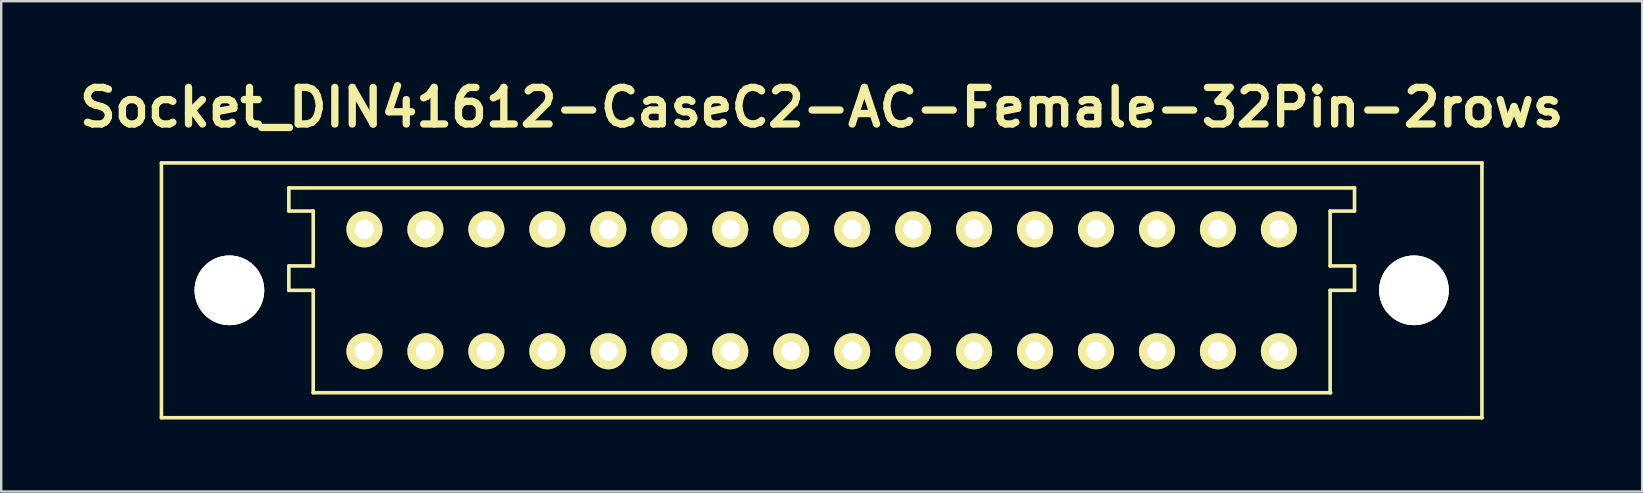
<source format=kicad_pcb>
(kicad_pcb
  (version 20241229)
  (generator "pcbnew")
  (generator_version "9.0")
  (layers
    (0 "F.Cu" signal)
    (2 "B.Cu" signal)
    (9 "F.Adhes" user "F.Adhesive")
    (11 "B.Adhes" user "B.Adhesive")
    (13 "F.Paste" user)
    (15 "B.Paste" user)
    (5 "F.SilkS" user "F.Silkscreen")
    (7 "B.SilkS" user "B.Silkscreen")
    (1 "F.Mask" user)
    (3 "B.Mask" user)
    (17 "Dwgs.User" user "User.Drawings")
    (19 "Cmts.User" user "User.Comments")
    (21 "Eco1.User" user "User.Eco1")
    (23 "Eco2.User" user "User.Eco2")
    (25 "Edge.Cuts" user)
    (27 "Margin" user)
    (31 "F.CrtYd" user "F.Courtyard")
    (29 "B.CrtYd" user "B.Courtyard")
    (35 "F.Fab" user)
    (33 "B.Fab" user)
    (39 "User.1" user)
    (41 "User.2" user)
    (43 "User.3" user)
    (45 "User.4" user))
  (footprint "Socket_DIN41612-CaseC2-AC-Female-32Pin-2rows"
    (layer "F.Cu")
    (at 31.184 9.046)
    (property "Reference" "Socket_DIN41612-CaseC2-AC-Female-32Pin-2rows" (at 0 -7.62 0) (layer "F.SilkS") (effects (font (size 1.524 1.524) (thickness 0.305))))
    (attr through_hole)
    (fp_line (start -27.508 -5.309) (end -27.508 5.309) (stroke (width 0.15) (type solid)) (layer "F.SilkS"))
    (fp_line (start -27.508 5.309) (end 27.508 5.309) (stroke (width 0.15) (type solid)) (layer "F.SilkS"))
    (fp_line (start -22.2 -3.302) (end -22.2 -4.267) (stroke (width 0.15) (type solid)) (layer "F.SilkS"))
    (fp_line (start -22.2 -1.016) (end -21.184 -1.016) (stroke (width 0.15) (type solid)) (layer "F.SilkS"))
    (fp_line (start -22.2 0) (end -22.2 -1.016) (stroke (width 0.15) (type solid)) (layer "F.SilkS"))
    (fp_line (start -21.184 -3.302) (end -22.2 -3.302) (stroke (width 0.15) (type solid)) (layer "F.SilkS"))
    (fp_line (start -21.184 -1.016) (end -21.184 -3.302) (stroke (width 0.15) (type solid)) (layer "F.SilkS"))
    (fp_line (start -21.184 0) (end -22.2 0) (stroke (width 0.15) (type solid)) (layer "F.SilkS"))
    (fp_line (start -21.184 4.267) (end -21.184 0) (stroke (width 0.15) (type solid)) (layer "F.SilkS"))
    (fp_line (start 21.184 -3.302) (end 22.2 -3.302) (stroke (width 0.15) (type solid)) (layer "F.SilkS"))
    (fp_line (start 21.184 -1.016) (end 21.184 -3.302) (stroke (width 0.15) (type solid)) (layer "F.SilkS"))
    (fp_line (start 21.184 0) (end 22.2 0) (stroke (width 0.15) (type solid)) (layer "F.SilkS"))
    (fp_line (start 21.184 4.267) (end 21.184 0) (stroke (width 0.15) (type solid)) (layer "F.SilkS"))
    (fp_line (start 21.209 4.267) (end -21.184 4.267) (stroke (width 0.15) (type solid)) (layer "F.SilkS"))
    (fp_line (start 22.2 -4.267) (end -22.2 -4.267) (stroke (width 0.15) (type solid)) (layer "F.SilkS"))
    (fp_line (start 22.2 -3.302) (end 22.2 -4.267) (stroke (width 0.15) (type solid)) (layer "F.SilkS"))
    (fp_line (start 22.2 -1.016) (end 21.184 -1.016) (stroke (width 0.15) (type solid)) (layer "F.SilkS"))
    (fp_line (start 22.2 0) (end 22.2 -1.016) (stroke (width 0.15) (type solid)) (layer "F.SilkS"))
    (fp_line (start 27.508 -5.309) (end -27.508 -5.309) (stroke (width 0.15) (type solid)) (layer "F.SilkS"))
    (fp_line (start 27.508 5.309) (end 27.508 -5.309) (stroke (width 0.15) (type solid)) (layer "F.SilkS"))
    (pad "1" thru_hole circle (at -24.676 0) (size 2.901 2.901) (drill 2.901) (layers "*.Cu" "*.Mask" "F.SilkS"))
    (pad "1" thru_hole circle (at 24.676 0) (size 2.901 2.901) (drill 2.901) (layers "*.Cu" "*.Mask" "F.SilkS"))
    (pad "1a" thru_hole circle (at 19.05 -2.54 180) (size 1.501 1.501) (drill 0.8) (layers "*.Cu" "*.Mask" "F.SilkS"))
    (pad "1c" thru_hole circle (at 19.05 2.54 180) (size 1.501 1.501) (drill 0.8) (layers "*.Cu" "*.Mask" "F.SilkS"))
    (pad "2a" thru_hole circle (at 16.51 -2.54 180) (size 1.501 1.501) (drill 0.8) (layers "*.Cu" "*.Mask" "F.SilkS"))
    (pad "2c" thru_hole circle (at 16.51 2.54 180) (size 1.501 1.501) (drill 0.8) (layers "*.Cu" "*.Mask" "F.SilkS"))
    (pad "3a" thru_hole circle (at 13.97 -2.54 180) (size 1.501 1.501) (drill 0.8) (layers "*.Cu" "*.Mask" "F.SilkS"))
    (pad "3c" thru_hole circle (at 13.97 2.54 180) (size 1.501 1.501) (drill 0.8) (layers "*.Cu" "*.Mask" "F.SilkS"))
    (pad "4a" thru_hole circle (at 11.43 -2.54 180) (size 1.501 1.501) (drill 0.8) (layers "*.Cu" "*.Mask" "F.SilkS"))
    (pad "4c" thru_hole circle (at 11.43 2.54 180) (size 1.501 1.501) (drill 0.8) (layers "*.Cu" "*.Mask" "F.SilkS"))
    (pad "5a" thru_hole circle (at 8.89 -2.54 180) (size 1.501 1.501) (drill 0.8) (layers "*.Cu" "*.Mask" "F.SilkS"))
    (pad "5c" thru_hole circle (at 8.89 2.54 180) (size 1.501 1.501) (drill 0.8) (layers "*.Cu" "*.Mask" "F.SilkS"))
    (pad "6a" thru_hole circle (at 6.35 -2.54 180) (size 1.501 1.501) (drill 0.8) (layers "*.Cu" "*.Mask" "F.SilkS"))
    (pad "6c" thru_hole circle (at 6.35 2.54 180) (size 1.501 1.501) (drill 0.8) (layers "*.Cu" "*.Mask" "F.SilkS"))
    (pad "7a" thru_hole circle (at 3.81 -2.54 180) (size 1.501 1.501) (drill 0.8) (layers "*.Cu" "*.Mask" "F.SilkS"))
    (pad "7c" thru_hole circle (at 3.81 2.54 180) (size 1.501 1.501) (drill 0.8) (layers "*.Cu" "*.Mask" "F.SilkS"))
    (pad "8a" thru_hole circle (at 1.27 -2.54 180) (size 1.501 1.501) (drill 0.8) (layers "*.Cu" "*.Mask" "F.SilkS"))
    (pad "8c" thru_hole circle (at 1.27 2.54 180) (size 1.501 1.501) (drill 0.8) (layers "*.Cu" "*.Mask" "F.SilkS"))
    (pad "9a" thru_hole circle (at -1.27 -2.54 180) (size 1.501 1.501) (drill 0.8) (layers "*.Cu" "*.Mask" "F.SilkS"))
    (pad "9c" thru_hole circle (at -1.27 2.54 180) (size 1.501 1.501) (drill 0.8) (layers "*.Cu" "*.Mask" "F.SilkS"))
    (pad "10a" thru_hole circle (at -3.81 -2.54 180) (size 1.501 1.501) (drill 0.8) (layers "*.Cu" "*.Mask" "F.SilkS"))
    (pad "10c" thru_hole circle (at -3.81 2.54 180) (size 1.501 1.501) (drill 0.8) (layers "*.Cu" "*.Mask" "F.SilkS"))
    (pad "11a" thru_hole circle (at -6.35 -2.54 180) (size 1.501 1.501) (drill 0.8) (layers "*.Cu" "*.Mask" "F.SilkS"))
    (pad "11c" thru_hole circle (at -6.35 2.54 180) (size 1.501 1.501) (drill 0.8) (layers "*.Cu" "*.Mask" "F.SilkS"))
    (pad "12a" thru_hole circle (at -8.89 -2.54 180) (size 1.501 1.501) (drill 0.8) (layers "*.Cu" "*.Mask" "F.SilkS"))
    (pad "12c" thru_hole circle (at -8.89 2.54 180) (size 1.501 1.501) (drill 0.8) (layers "*.Cu" "*.Mask" "F.SilkS"))
    (pad "13a" thru_hole circle (at -11.43 -2.54 180) (size 1.501 1.501) (drill 0.8) (layers "*.Cu" "*.Mask" "F.SilkS"))
    (pad "13c" thru_hole circle (at -11.43 2.54 180) (size 1.501 1.501) (drill 0.8) (layers "*.Cu" "*.Mask" "F.SilkS"))
    (pad "14a" thru_hole circle (at -13.97 -2.54 180) (size 1.501 1.501) (drill 0.8) (layers "*.Cu" "*.Mask" "F.SilkS"))
    (pad "14c" thru_hole circle (at -13.97 2.54 180) (size 1.501 1.501) (drill 0.8) (layers "*.Cu" "*.Mask" "F.SilkS"))
    (pad "15a" thru_hole circle (at -16.51 -2.54 180) (size 1.501 1.501) (drill 0.8) (layers "*.Cu" "*.Mask" "F.SilkS"))
    (pad "15c" thru_hole circle (at -16.51 2.54 180) (size 1.501 1.501) (drill 0.8) (layers "*.Cu" "*.Mask" "F.SilkS"))
    (pad "16a" thru_hole circle (at -19.05 -2.54 180) (size 1.501 1.501) (drill 0.8) (layers "*.Cu" "*.Mask" "F.SilkS"))
    (pad "16c" thru_hole circle (at -19.05 2.54 180) (size 1.501 1.501) (drill 0.8) (layers "*.Cu" "*.Mask" "F.SilkS")))
  (gr_rect
    (start -3 -3)
    (end 65.368 17.43)
    (stroke (width 0.1) (type default))
    (fill no)
    (layer "Edge.Cuts")))
</source>
